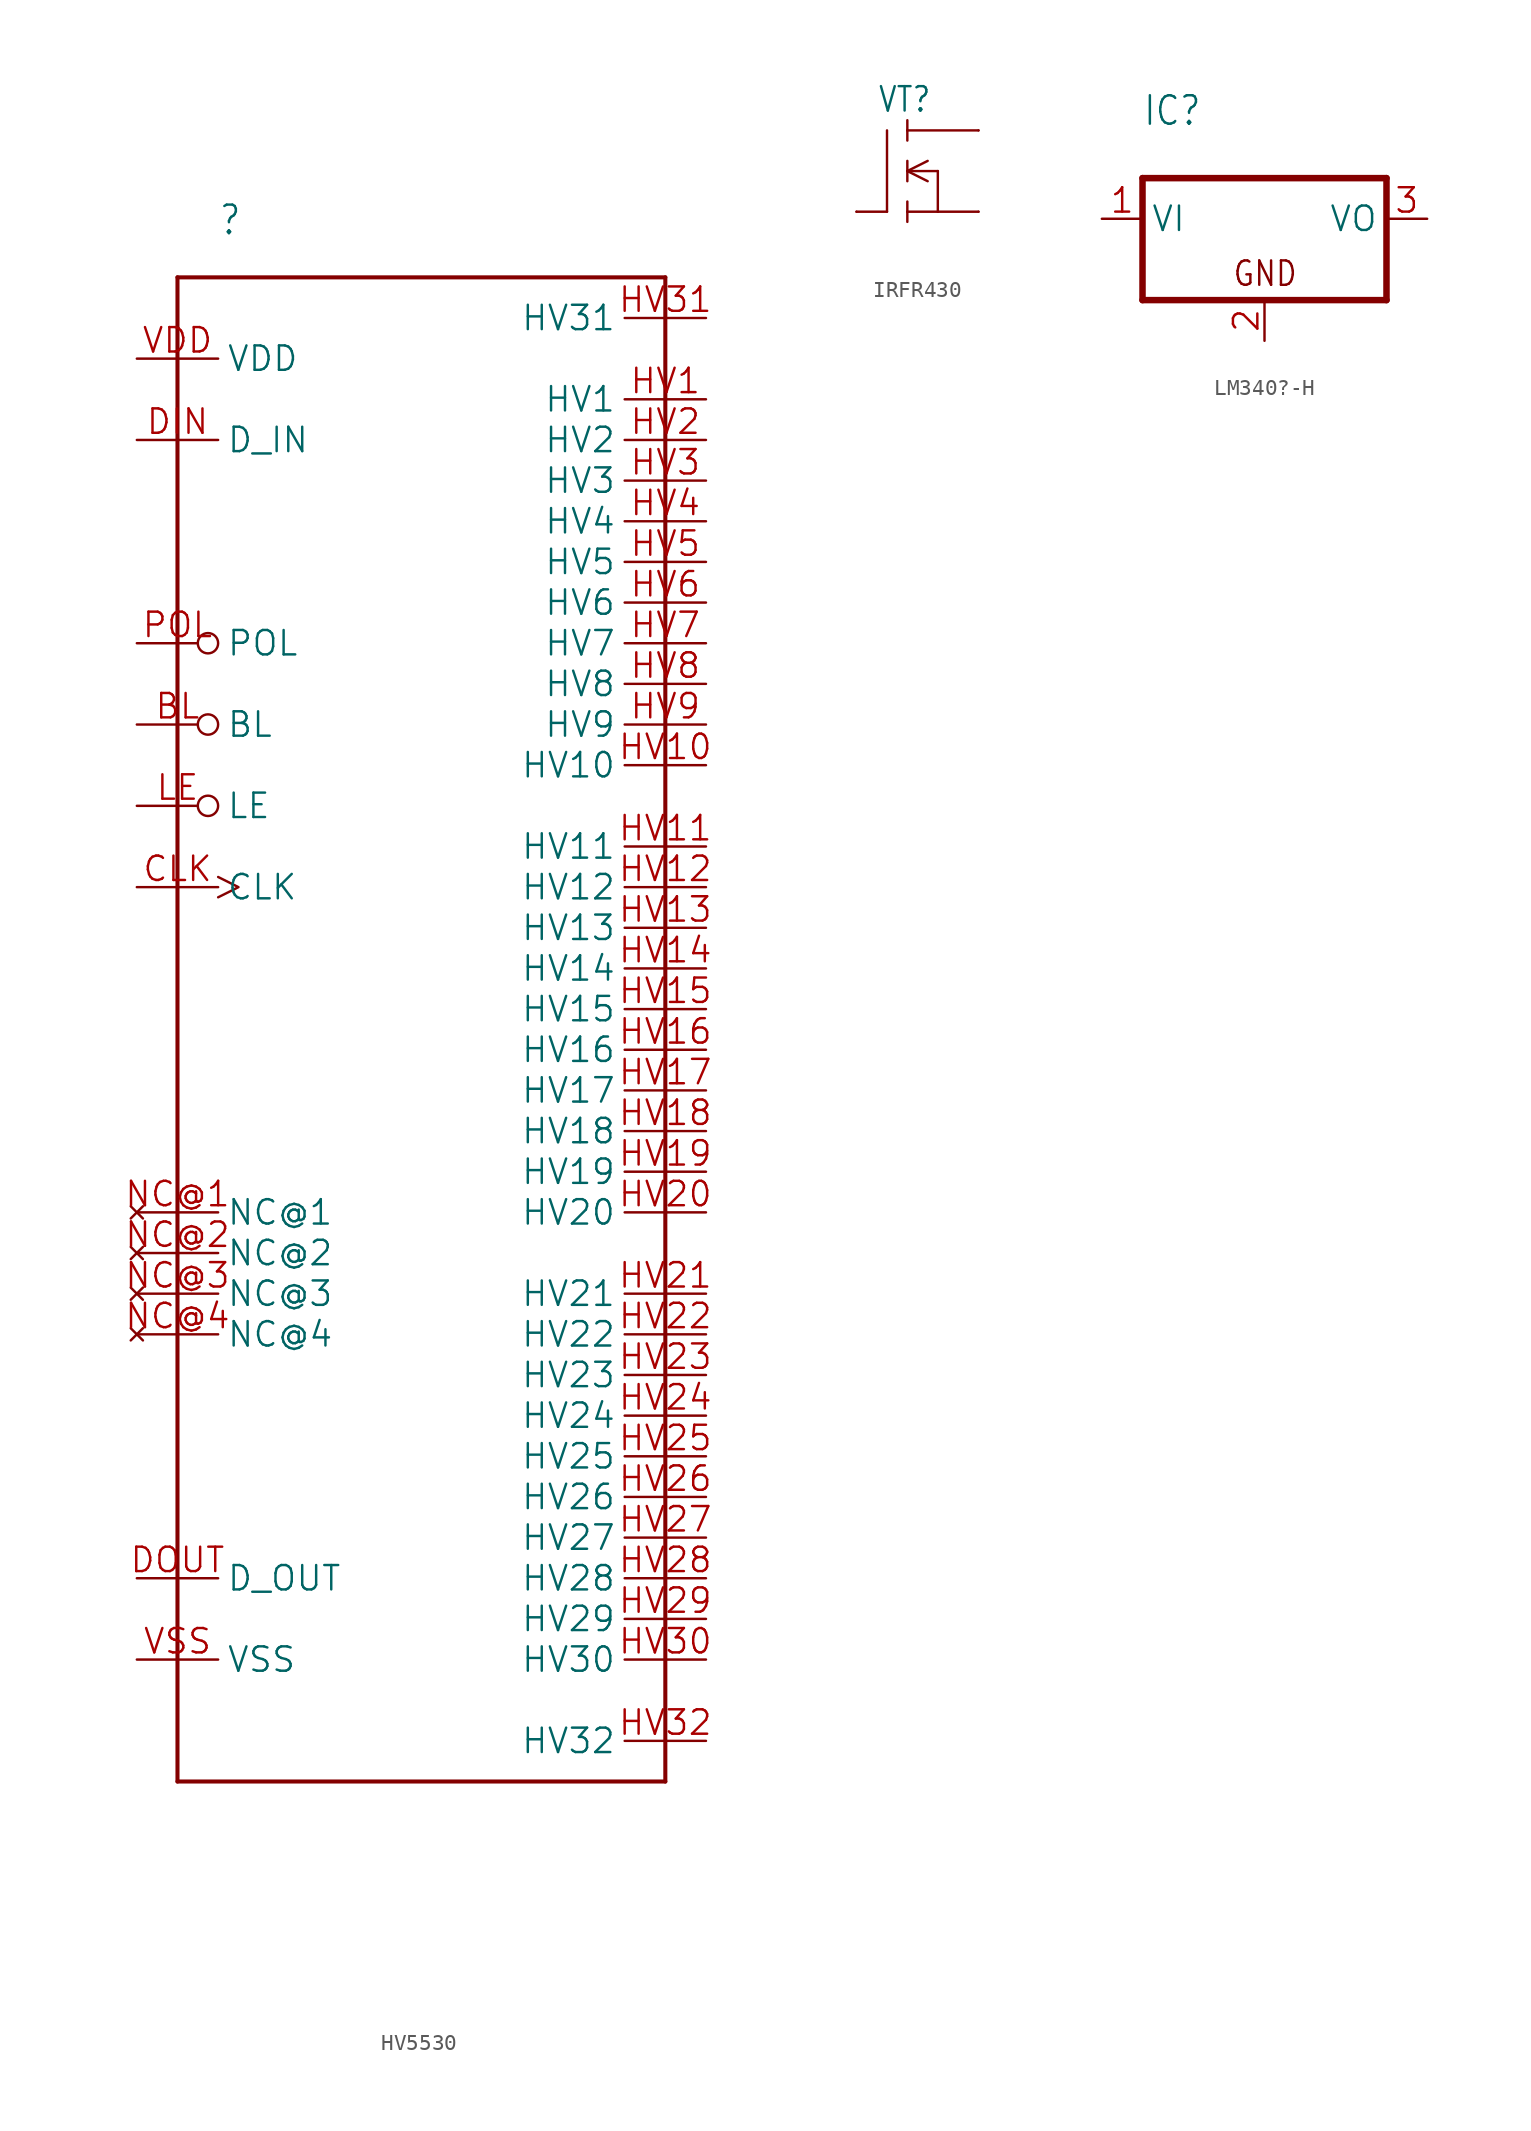
<source format=kicad_sym>
(kicad_symbol_lib
  (version 20241209)
  (generator "kicad_symbol_editor")
  (generator_version "9.0")
  (symbol "HV5530"
    (property "Reference" ""
      (at -12.7 48.26 0)
      (effects (font (size 1.778 1.511)) (justify left bottom)))
    (property "Value" ""
      (at -12.7 -53.34 0)
      (effects (font (size 1.778 1.511)) (justify left bottom)))
    (property "ki_locked" ""
      (at 0 0 0)
      (effects (font (size 1.27 1.27))))
    (symbol "HV5530_1_0"
      (polyline (pts (xy -15.24 45.72) (xy 15.24 45.72)) (stroke (width 0.254) (type solid)) (fill (type none)))
      (polyline (pts (xy -15.24 -48.26) (xy -15.24 45.72)) (stroke (width 0.254) (type solid)) (fill (type none)))
      (polyline (pts (xy 15.24 45.72) (xy 15.24 -48.26)) (stroke (width 0.254) (type solid)) (fill (type none)))
      (polyline (pts (xy 15.24 -48.26) (xy -15.24 -48.26)) (stroke (width 0.254) (type solid)) (fill (type none)))
      (pin power_in line (at -17.78 40.64 0) (length 5.08) (name "VDD" (effects (font (size 1.524 1.524)))) (number "VDD" (effects (font (size 1.524 1.524)))))
      (pin input line (at -17.78 35.56 0) (length 5.08) (name "D_IN" (effects (font (size 1.524 1.524)))) (number "DIN" (effects (font (size 1.524 1.524)))))
      (pin input inverted (at -17.78 22.86 0) (length 5.08) (name "POL" (effects (font (size 1.524 1.524)))) (number "POL" (effects (font (size 1.524 1.524)))))
      (pin input inverted (at -17.78 17.78 0) (length 5.08) (name "BL" (effects (font (size 1.524 1.524)))) (number "BL" (effects (font (size 1.524 1.524)))))
      (pin input inverted (at -17.78 12.7 0) (length 5.08) (name "LE" (effects (font (size 1.524 1.524)))) (number "LE" (effects (font (size 1.524 1.524)))))
      (pin bidirectional clock (at -17.78 7.62 0) (length 5.08) (name "CLK" (effects (font (size 1.524 1.524)))) (number "CLK" (effects (font (size 1.524 1.524)))))
      (pin no_connect line (at -17.78 -12.7 0) (length 5.08) (name "NC@1" (effects (font (size 1.524 1.524)))) (number "NC@1" (effects (font (size 1.524 1.524)))))
      (pin no_connect line (at -17.78 -15.24 0) (length 5.08) (name "NC@2" (effects (font (size 1.524 1.524)))) (number "NC@2" (effects (font (size 1.524 1.524)))))
      (pin no_connect line (at -17.78 -17.78 0) (length 5.08) (name "NC@3" (effects (font (size 1.524 1.524)))) (number "NC@3" (effects (font (size 1.524 1.524)))))
      (pin no_connect line (at -17.78 -20.32 0) (length 5.08) (name "NC@4" (effects (font (size 1.524 1.524)))) (number "NC@4" (effects (font (size 1.524 1.524)))))
      (pin output line (at -17.78 -35.56 0) (length 5.08) (name "D_OUT" (effects (font (size 1.524 1.524)))) (number "DOUT" (effects (font (size 1.524 1.524)))))
      (pin power_in line (at -17.78 -40.64 0) (length 5.08) (name "VSS" (effects (font (size 1.524 1.524)))) (number "VSS" (effects (font (size 1.524 1.524)))))
      (pin output line (at 17.78 43.18 180) (length 5.08) (name "HV31" (effects (font (size 1.524 1.524)))) (number "HV31" (effects (font (size 1.524 1.524)))))
      (pin output line (at 17.78 38.1 180) (length 5.08) (name "HV1" (effects (font (size 1.524 1.524)))) (number "HV1" (effects (font (size 1.524 1.524)))))
      (pin output line (at 17.78 35.56 180) (length 5.08) (name "HV2" (effects (font (size 1.524 1.524)))) (number "HV2" (effects (font (size 1.524 1.524)))))
      (pin output line (at 17.78 33.02 180) (length 5.08) (name "HV3" (effects (font (size 1.524 1.524)))) (number "HV3" (effects (font (size 1.524 1.524)))))
      (pin output line (at 17.78 30.48 180) (length 5.08) (name "HV4" (effects (font (size 1.524 1.524)))) (number "HV4" (effects (font (size 1.524 1.524)))))
      (pin output line (at 17.78 27.94 180) (length 5.08) (name "HV5" (effects (font (size 1.524 1.524)))) (number "HV5" (effects (font (size 1.524 1.524)))))
      (pin output line (at 17.78 25.4 180) (length 5.08) (name "HV6" (effects (font (size 1.524 1.524)))) (number "HV6" (effects (font (size 1.524 1.524)))))
      (pin output line (at 17.78 22.86 180) (length 5.08) (name "HV7" (effects (font (size 1.524 1.524)))) (number "HV7" (effects (font (size 1.524 1.524)))))
      (pin output line (at 17.78 20.32 180) (length 5.08) (name "HV8" (effects (font (size 1.524 1.524)))) (number "HV8" (effects (font (size 1.524 1.524)))))
      (pin output line (at 17.78 17.78 180) (length 5.08) (name "HV9" (effects (font (size 1.524 1.524)))) (number "HV9" (effects (font (size 1.524 1.524)))))
      (pin output line (at 17.78 15.24 180) (length 5.08) (name "HV10" (effects (font (size 1.524 1.524)))) (number "HV10" (effects (font (size 1.524 1.524)))))
      (pin output line (at 17.78 10.16 180) (length 5.08) (name "HV11" (effects (font (size 1.524 1.524)))) (number "HV11" (effects (font (size 1.524 1.524)))))
      (pin output line (at 17.78 7.62 180) (length 5.08) (name "HV12" (effects (font (size 1.524 1.524)))) (number "HV12" (effects (font (size 1.524 1.524)))))
      (pin output line (at 17.78 5.08 180) (length 5.08) (name "HV13" (effects (font (size 1.524 1.524)))) (number "HV13" (effects (font (size 1.524 1.524)))))
      (pin output line (at 17.78 2.54 180) (length 5.08) (name "HV14" (effects (font (size 1.524 1.524)))) (number "HV14" (effects (font (size 1.524 1.524)))))
      (pin output line (at 17.78 0 180) (length 5.08) (name "HV15" (effects (font (size 1.524 1.524)))) (number "HV15" (effects (font (size 1.524 1.524)))))
      (pin output line (at 17.78 -2.54 180) (length 5.08) (name "HV16" (effects (font (size 1.524 1.524)))) (number "HV16" (effects (font (size 1.524 1.524)))))
      (pin output line (at 17.78 -5.08 180) (length 5.08) (name "HV17" (effects (font (size 1.524 1.524)))) (number "HV17" (effects (font (size 1.524 1.524)))))
      (pin output line (at 17.78 -7.62 180) (length 5.08) (name "HV18" (effects (font (size 1.524 1.524)))) (number "HV18" (effects (font (size 1.524 1.524)))))
      (pin output line (at 17.78 -10.16 180) (length 5.08) (name "HV19" (effects (font (size 1.524 1.524)))) (number "HV19" (effects (font (size 1.524 1.524)))))
      (pin output line (at 17.78 -12.7 180) (length 5.08) (name "HV20" (effects (font (size 1.524 1.524)))) (number "HV20" (effects (font (size 1.524 1.524)))))
      (pin output line (at 17.78 -17.78 180) (length 5.08) (name "HV21" (effects (font (size 1.524 1.524)))) (number "HV21" (effects (font (size 1.524 1.524)))))
      (pin output line (at 17.78 -20.32 180) (length 5.08) (name "HV22" (effects (font (size 1.524 1.524)))) (number "HV22" (effects (font (size 1.524 1.524)))))
      (pin output line (at 17.78 -22.86 180) (length 5.08) (name "HV23" (effects (font (size 1.524 1.524)))) (number "HV23" (effects (font (size 1.524 1.524)))))
      (pin output line (at 17.78 -25.4 180) (length 5.08) (name "HV24" (effects (font (size 1.524 1.524)))) (number "HV24" (effects (font (size 1.524 1.524)))))
      (pin output line (at 17.78 -27.94 180) (length 5.08) (name "HV25" (effects (font (size 1.524 1.524)))) (number "HV25" (effects (font (size 1.524 1.524)))))
      (pin output line (at 17.78 -30.48 180) (length 5.08) (name "HV26" (effects (font (size 1.524 1.524)))) (number "HV26" (effects (font (size 1.524 1.524)))))
      (pin output line (at 17.78 -33.02 180) (length 5.08) (name "HV27" (effects (font (size 1.524 1.524)))) (number "HV27" (effects (font (size 1.524 1.524)))))
      (pin output line (at 17.78 -35.56 180) (length 5.08) (name "HV28" (effects (font (size 1.524 1.524)))) (number "HV28" (effects (font (size 1.524 1.524)))))
      (pin output line (at 17.78 -38.1 180) (length 5.08) (name "HV29" (effects (font (size 1.524 1.524)))) (number "HV29" (effects (font (size 1.524 1.524)))))
      (pin output line (at 17.78 -40.64 180) (length 5.08) (name "HV30" (effects (font (size 1.524 1.524)))) (number "HV30" (effects (font (size 1.524 1.524)))))
      (pin output line (at 17.78 -45.72 180) (length 5.08) (name "HV32" (effects (font (size 1.524 1.524)))) (number "HV32" (effects (font (size 1.524 1.524)))))))
  (symbol "IRFR430"
    (property "Reference" "VT"
      (at -1.239 3.587 0)
      (effects (font (size 1.524 1.295)) (justify left bottom)))
    (property "Value" ""
      (at -1.239 -5.27 0)
      (effects (font (size 1.524 1.295)) (justify left bottom)))
    (property "ki_locked" ""
      (at 0 0 0)
      (effects (font (size 1.27 1.27))))
    (symbol "IRFR430_1_0"
      (polyline (pts (xy -2.54 -2.54) (xy -0.635 -2.54)) (stroke (width 0.152) (type solid)) (fill (type none)))
      (polyline (pts (xy -0.635 -2.54) (xy -0.635 2.54)) (stroke (width 0.152) (type solid)) (fill (type none)))
      (polyline (pts (xy 0.635 3.175) (xy 0.635 2.54)) (stroke (width 0.152) (type solid)) (fill (type none)))
      (polyline (pts (xy 0.635 2.54) (xy 0.635 1.905)) (stroke (width 0.152) (type solid)) (fill (type none)))
      (polyline (pts (xy 0.635 0.635) (xy 0.635 0)) (stroke (width 0.152) (type solid)) (fill (type none)))
      (polyline (pts (xy 0.635 0) (xy 0.635 -0.635)) (stroke (width 0.152) (type solid)) (fill (type none)))
      (polyline (pts (xy 0.635 0) (xy 1.905 0.635)) (stroke (width 0.152) (type solid)) (fill (type none)))
      (polyline (pts (xy 0.635 0) (xy 1.905 -0.635)) (stroke (width 0.152) (type solid)) (fill (type none)))
      (polyline (pts (xy 0.635 0) (xy 2.54 0)) (stroke (width 0.152) (type solid)) (fill (type none)))
      (polyline (pts (xy 0.635 -1.905) (xy 0.635 -2.54)) (stroke (width 0.152) (type solid)) (fill (type none)))
      (polyline (pts (xy 0.635 -2.54) (xy 0.635 -3.175)) (stroke (width 0.152) (type solid)) (fill (type none)))
      (polyline (pts (xy 2.54 0) (xy 2.54 -2.54)) (stroke (width 0.152) (type solid)) (fill (type none)))
      (polyline (pts (xy 2.54 -2.54) (xy 0.635 -2.54)) (stroke (width 0.152) (type solid)) (fill (type none)))
      (polyline (pts (xy 5.08 2.54) (xy 0.635 2.54)) (stroke (width 0.152) (type solid)) (fill (type none)))
      (polyline (pts (xy 5.08 -2.54) (xy 2.54 -2.54)) (stroke (width 0.152) (type solid)) (fill (type none)))
      (pin passive line (at -2.54 -2.54 0) (length 0) (name "G" (effects (font (size 0 0)))) (number "1" (effects (font (size 0 0)))))
      (pin passive line (at 5.08 2.54 180) (length 0) (name "D" (effects (font (size 0 0)))) (number "2" (effects (font (size 0 0)))))
      (pin passive line (at 5.08 -2.54 180) (length 0) (name "S" (effects (font (size 0 0)))) (number "3" (effects (font (size 0 0)))))))
  (symbol "LM340?-H"
    (property "Reference" "IC"
      (at -7.62 5.715 0)
      (effects (font (size 1.778 1.511)) (justify left bottom)))
    (property "Value" ""
      (at -7.62 3.175 0)
      (effects (font (size 1.778 1.511)) (justify left bottom)))
    (property "ki_locked" ""
      (at 0 0 0)
      (effects (font (size 1.27 1.27))))
    (symbol "LM340?-H_1_0"
      (polyline (pts (xy -7.62 2.54) (xy -7.62 -5.08)) (stroke (width 0.406) (type solid)) (fill (type none)))
      (polyline (pts (xy -7.62 -5.08) (xy 7.62 -5.08)) (stroke (width 0.406) (type solid)) (fill (type none)))
      (polyline (pts (xy 7.62 2.54) (xy -7.62 2.54)) (stroke (width 0.406) (type solid)) (fill (type none)))
      (polyline (pts (xy 7.62 -5.08) (xy 7.62 2.54)) (stroke (width 0.406) (type solid)) (fill (type none)))
      (text "GND" (at -2.032 -4.318 0) (effects (font (size 1.524 1.295)) (justify left bottom)))
      (pin input line (at -10.16 0 0) (length 2.54) (name "VI" (effects (font (size 1.524 1.524)))) (number "1" (effects (font (size 1.524 1.524)))))
      (pin passive line (at 0 -7.62 90) (length 2.54) (name "GND" (effects (font (size 0 0)))) (number "2" (effects (font (size 1.524 1.524)))))
      (pin passive line (at 10.16 0 180) (length 2.54) (name "VO" (effects (font (size 1.524 1.524)))) (number "3" (effects (font (size 1.524 1.524))))))))
</source>
